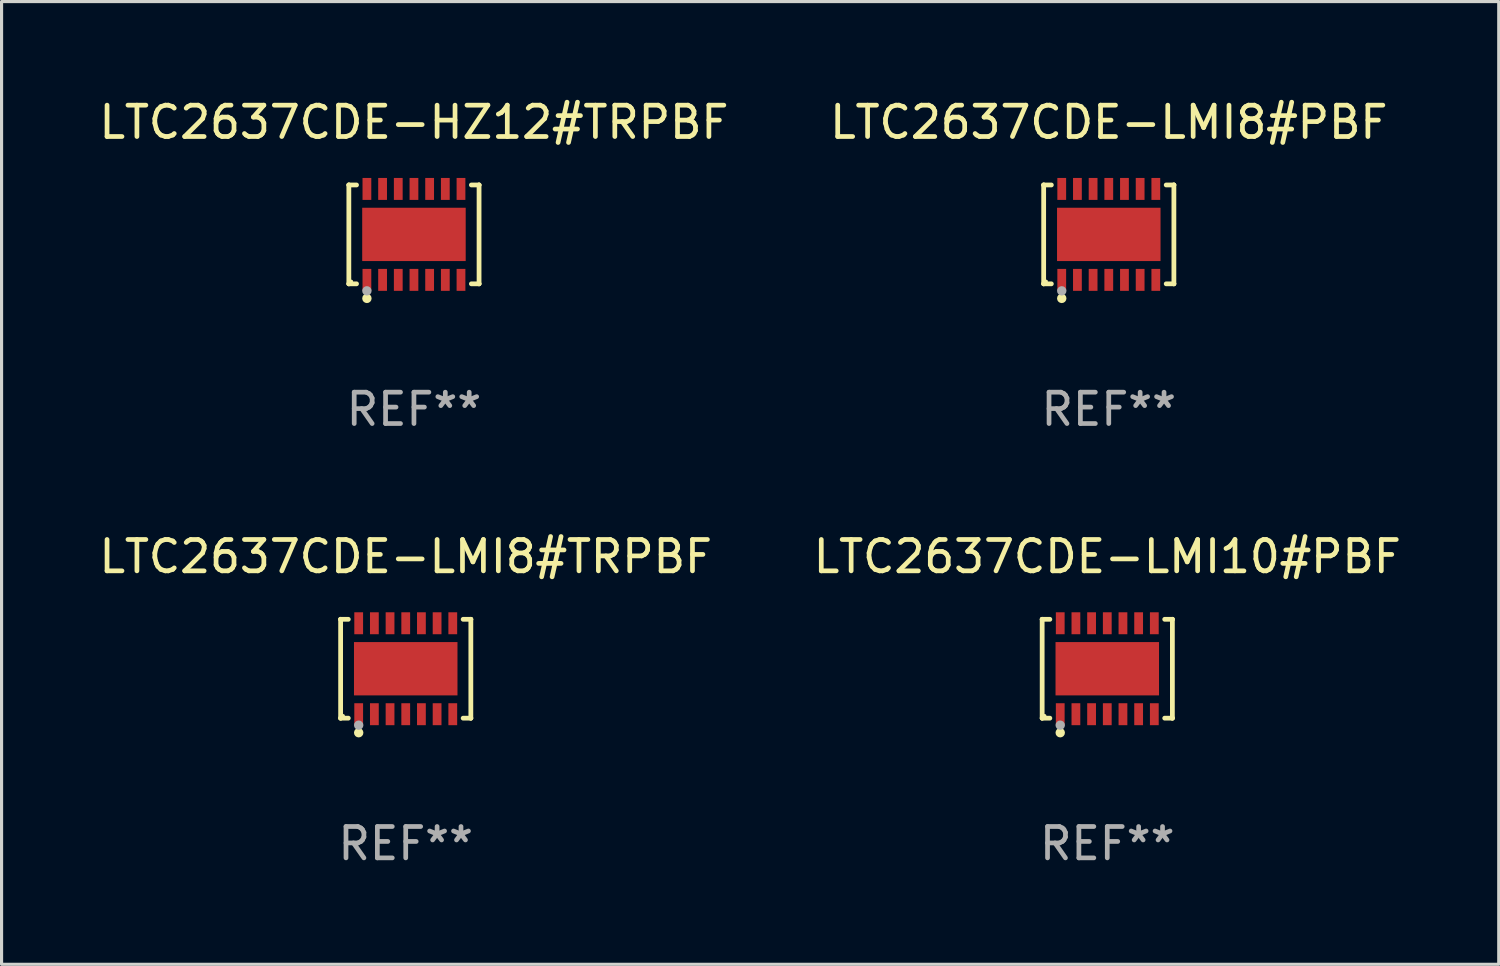
<source format=kicad_pcb>
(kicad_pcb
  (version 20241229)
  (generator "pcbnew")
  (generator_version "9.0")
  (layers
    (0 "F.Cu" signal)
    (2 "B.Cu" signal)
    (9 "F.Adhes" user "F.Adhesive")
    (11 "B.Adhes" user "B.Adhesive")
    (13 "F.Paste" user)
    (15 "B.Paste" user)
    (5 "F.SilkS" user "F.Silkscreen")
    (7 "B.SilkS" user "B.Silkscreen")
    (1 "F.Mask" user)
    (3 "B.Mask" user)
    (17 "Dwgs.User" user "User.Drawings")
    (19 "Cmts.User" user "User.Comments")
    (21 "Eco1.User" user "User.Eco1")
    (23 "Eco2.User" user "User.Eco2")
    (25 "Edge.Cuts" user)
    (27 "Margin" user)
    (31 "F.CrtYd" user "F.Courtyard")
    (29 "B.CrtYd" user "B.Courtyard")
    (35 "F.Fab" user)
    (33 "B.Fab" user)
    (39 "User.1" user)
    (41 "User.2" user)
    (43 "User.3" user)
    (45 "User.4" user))
  (footprint "LTC2637CDE-LMI8#TRPBF"
    (layer "F.Cu")
    (at 9.887 18.273)
    (property "Reference" "LTC2637CDE-LMI8#TRPBF" (at 0 -3.576 0) (layer "F.SilkS") (effects (font (size 1 1) (thickness 0.15))))
    (attr through_hole)
    (fp_line (start -2.076 -1.576) (end -2.076 -1.576) (stroke (width 0.152) (type solid)) (layer "F.SilkS"))
    (fp_line (start -2.076 -1.576) (end -1.831 -1.576) (stroke (width 0.152) (type solid)) (layer "F.SilkS"))
    (fp_line (start -2.076 1.576) (end -2.076 -1.576) (stroke (width 0.152) (type solid)) (layer "F.SilkS"))
    (fp_line (start -2.076 1.576) (end -2.076 1.576) (stroke (width 0.152) (type solid)) (layer "F.SilkS"))
    (fp_line (start -1.831 1.576) (end -2.076 1.576) (stroke (width 0.152) (type solid)) (layer "F.SilkS"))
    (fp_line (start 1.831 1.576) (end 2.076 1.576) (stroke (width 0.152) (type solid)) (layer "F.SilkS"))
    (fp_line (start 2.076 -1.576) (end 1.831 -1.576) (stroke (width 0.152) (type solid)) (layer "F.SilkS"))
    (fp_line (start 2.076 -1.576) (end 2.076 -1.576) (stroke (width 0.152) (type solid)) (layer "F.SilkS"))
    (fp_line (start 2.076 1.576) (end 2.076 -1.576) (stroke (width 0.152) (type solid)) (layer "F.SilkS"))
    (fp_line (start 2.076 1.576) (end 2.076 1.576) (stroke (width 0.152) (type solid)) (layer "F.SilkS"))
    (fp_circle (center -2 1.5) (end -1.97 1.5) (stroke (width 0.06) (type solid)) (fill no) (layer "F.SilkS"))
    (fp_circle (center -1.5 2.04) (end -1.425 2.04) (stroke (width 0.15) (type solid)) (fill no) (layer "F.SilkS"))
    (fp_circle (center -1.5 1.8) (end -1.425 1.8) (stroke (width 0.15) (type solid)) (fill no) (layer "F.Fab"))
    (fp_text user "REF**" (at 0 5.576 0) (layer "F.Fab") (effects (font (size 1 1) (thickness 0.15))))
    (pad "1" smd rect (at -1.5 1.45) (size 0.28 0.7) (layers "F.Cu" "F.Mask" "F.Paste"))
    (pad "2" smd rect (at -1 1.45) (size 0.28 0.7) (layers "F.Cu" "F.Mask" "F.Paste"))
    (pad "3" smd rect (at -0.5 1.45) (size 0.28 0.7) (layers "F.Cu" "F.Mask" "F.Paste"))
    (pad "4" smd rect (at 0 1.45) (size 0.28 0.7) (layers "F.Cu" "F.Mask" "F.Paste"))
    (pad "5" smd rect (at 0.5 1.45) (size 0.28 0.7) (layers "F.Cu" "F.Mask" "F.Paste"))
    (pad "6" smd rect (at 1 1.45) (size 0.28 0.7) (layers "F.Cu" "F.Mask" "F.Paste"))
    (pad "7" smd rect (at 1.5 1.45) (size 0.28 0.7) (layers "F.Cu" "F.Mask" "F.Paste"))
    (pad "8" smd rect (at 1.5 -1.45) (size 0.28 0.7) (layers "F.Cu" "F.Mask" "F.Paste"))
    (pad "9" smd rect (at 1 -1.45) (size 0.28 0.7) (layers "F.Cu" "F.Mask" "F.Paste"))
    (pad "10" smd rect (at 0.5 -1.45) (size 0.28 0.7) (layers "F.Cu" "F.Mask" "F.Paste"))
    (pad "11" smd rect (at 0 -1.45) (size 0.28 0.7) (layers "F.Cu" "F.Mask" "F.Paste"))
    (pad "12" smd rect (at -0.5 -1.45) (size 0.28 0.7) (layers "F.Cu" "F.Mask" "F.Paste"))
    (pad "13" smd rect (at -1 -1.45) (size 0.28 0.7) (layers "F.Cu" "F.Mask" "F.Paste"))
    (pad "14" smd rect (at -1.5 -1.45) (size 0.28 0.7) (layers "F.Cu" "F.Mask" "F.Paste"))
    (pad "15" smd rect (at 0 0) (size 3.3 1.7) (layers "F.Cu" "F.Mask" "F.Paste")))
  (footprint "LTC2637CDE-HZ12#TRPBF"
    (layer "F.Cu")
    (at 10.149 4.424)
    (property "Reference" "LTC2637CDE-HZ12#TRPBF" (at 0 -3.576 0) (layer "F.SilkS") (effects (font (size 1 1) (thickness 0.15))))
    (attr through_hole)
    (fp_line (start -2.076 -1.576) (end -2.076 -1.576) (stroke (width 0.152) (type solid)) (layer "F.SilkS"))
    (fp_line (start -2.076 -1.576) (end -1.831 -1.576) (stroke (width 0.152) (type solid)) (layer "F.SilkS"))
    (fp_line (start -2.076 1.576) (end -2.076 -1.576) (stroke (width 0.152) (type solid)) (layer "F.SilkS"))
    (fp_line (start -2.076 1.576) (end -2.076 1.576) (stroke (width 0.152) (type solid)) (layer "F.SilkS"))
    (fp_line (start -1.831 1.576) (end -2.076 1.576) (stroke (width 0.152) (type solid)) (layer "F.SilkS"))
    (fp_line (start 1.831 1.576) (end 2.076 1.576) (stroke (width 0.152) (type solid)) (layer "F.SilkS"))
    (fp_line (start 2.076 -1.576) (end 1.831 -1.576) (stroke (width 0.152) (type solid)) (layer "F.SilkS"))
    (fp_line (start 2.076 -1.576) (end 2.076 -1.576) (stroke (width 0.152) (type solid)) (layer "F.SilkS"))
    (fp_line (start 2.076 1.576) (end 2.076 -1.576) (stroke (width 0.152) (type solid)) (layer "F.SilkS"))
    (fp_line (start 2.076 1.576) (end 2.076 1.576) (stroke (width 0.152) (type solid)) (layer "F.SilkS"))
    (fp_circle (center -2 1.5) (end -1.97 1.5) (stroke (width 0.06) (type solid)) (fill no) (layer "F.SilkS"))
    (fp_circle (center -1.5 2.04) (end -1.425 2.04) (stroke (width 0.15) (type solid)) (fill no) (layer "F.SilkS"))
    (fp_circle (center -1.5 1.8) (end -1.425 1.8) (stroke (width 0.15) (type solid)) (fill no) (layer "F.Fab"))
    (fp_text user "REF**" (at 0 5.576 0) (layer "F.Fab") (effects (font (size 1 1) (thickness 0.15))))
    (pad "1" smd rect (at -1.5 1.45) (size 0.28 0.7) (layers "F.Cu" "F.Mask" "F.Paste"))
    (pad "2" smd rect (at -1 1.45) (size 0.28 0.7) (layers "F.Cu" "F.Mask" "F.Paste"))
    (pad "3" smd rect (at -0.5 1.45) (size 0.28 0.7) (layers "F.Cu" "F.Mask" "F.Paste"))
    (pad "4" smd rect (at 0 1.45) (size 0.28 0.7) (layers "F.Cu" "F.Mask" "F.Paste"))
    (pad "5" smd rect (at 0.5 1.45) (size 0.28 0.7) (layers "F.Cu" "F.Mask" "F.Paste"))
    (pad "6" smd rect (at 1 1.45) (size 0.28 0.7) (layers "F.Cu" "F.Mask" "F.Paste"))
    (pad "7" smd rect (at 1.5 1.45) (size 0.28 0.7) (layers "F.Cu" "F.Mask" "F.Paste"))
    (pad "8" smd rect (at 1.5 -1.45) (size 0.28 0.7) (layers "F.Cu" "F.Mask" "F.Paste"))
    (pad "9" smd rect (at 1 -1.45) (size 0.28 0.7) (layers "F.Cu" "F.Mask" "F.Paste"))
    (pad "10" smd rect (at 0.5 -1.45) (size 0.28 0.7) (layers "F.Cu" "F.Mask" "F.Paste"))
    (pad "11" smd rect (at 0 -1.45) (size 0.28 0.7) (layers "F.Cu" "F.Mask" "F.Paste"))
    (pad "12" smd rect (at -0.5 -1.45) (size 0.28 0.7) (layers "F.Cu" "F.Mask" "F.Paste"))
    (pad "13" smd rect (at -1 -1.45) (size 0.28 0.7) (layers "F.Cu" "F.Mask" "F.Paste"))
    (pad "14" smd rect (at -1.5 -1.45) (size 0.28 0.7) (layers "F.Cu" "F.Mask" "F.Paste"))
    (pad "15" smd rect (at 0 0) (size 3.3 1.7) (layers "F.Cu" "F.Mask" "F.Paste")))
  (footprint "LTC2637CDE-LMI8#PBF"
    (layer "F.Cu")
    (at 32.304 4.424)
    (property "Reference" "LTC2637CDE-LMI8#PBF" (at 0 -3.576 0) (layer "F.SilkS") (effects (font (size 1 1) (thickness 0.15))))
    (attr through_hole)
    (fp_line (start -2.076 -1.576) (end -2.076 -1.576) (stroke (width 0.152) (type solid)) (layer "F.SilkS"))
    (fp_line (start -2.076 -1.576) (end -1.831 -1.576) (stroke (width 0.152) (type solid)) (layer "F.SilkS"))
    (fp_line (start -2.076 1.576) (end -2.076 -1.576) (stroke (width 0.152) (type solid)) (layer "F.SilkS"))
    (fp_line (start -2.076 1.576) (end -2.076 1.576) (stroke (width 0.152) (type solid)) (layer "F.SilkS"))
    (fp_line (start -1.831 1.576) (end -2.076 1.576) (stroke (width 0.152) (type solid)) (layer "F.SilkS"))
    (fp_line (start 1.831 1.576) (end 2.076 1.576) (stroke (width 0.152) (type solid)) (layer "F.SilkS"))
    (fp_line (start 2.076 -1.576) (end 1.831 -1.576) (stroke (width 0.152) (type solid)) (layer "F.SilkS"))
    (fp_line (start 2.076 -1.576) (end 2.076 -1.576) (stroke (width 0.152) (type solid)) (layer "F.SilkS"))
    (fp_line (start 2.076 1.576) (end 2.076 -1.576) (stroke (width 0.152) (type solid)) (layer "F.SilkS"))
    (fp_line (start 2.076 1.576) (end 2.076 1.576) (stroke (width 0.152) (type solid)) (layer "F.SilkS"))
    (fp_circle (center -2 1.5) (end -1.97 1.5) (stroke (width 0.06) (type solid)) (fill no) (layer "F.SilkS"))
    (fp_circle (center -1.5 2.04) (end -1.425 2.04) (stroke (width 0.15) (type solid)) (fill no) (layer "F.SilkS"))
    (fp_circle (center -1.5 1.8) (end -1.425 1.8) (stroke (width 0.15) (type solid)) (fill no) (layer "F.Fab"))
    (fp_text user "REF**" (at 0 5.576 0) (layer "F.Fab") (effects (font (size 1 1) (thickness 0.15))))
    (pad "1" smd rect (at -1.5 1.45) (size 0.28 0.7) (layers "F.Cu" "F.Mask" "F.Paste"))
    (pad "2" smd rect (at -1 1.45) (size 0.28 0.7) (layers "F.Cu" "F.Mask" "F.Paste"))
    (pad "3" smd rect (at -0.5 1.45) (size 0.28 0.7) (layers "F.Cu" "F.Mask" "F.Paste"))
    (pad "4" smd rect (at 0 1.45) (size 0.28 0.7) (layers "F.Cu" "F.Mask" "F.Paste"))
    (pad "5" smd rect (at 0.5 1.45) (size 0.28 0.7) (layers "F.Cu" "F.Mask" "F.Paste"))
    (pad "6" smd rect (at 1 1.45) (size 0.28 0.7) (layers "F.Cu" "F.Mask" "F.Paste"))
    (pad "7" smd rect (at 1.5 1.45) (size 0.28 0.7) (layers "F.Cu" "F.Mask" "F.Paste"))
    (pad "8" smd rect (at 1.5 -1.45) (size 0.28 0.7) (layers "F.Cu" "F.Mask" "F.Paste"))
    (pad "9" smd rect (at 1 -1.45) (size 0.28 0.7) (layers "F.Cu" "F.Mask" "F.Paste"))
    (pad "10" smd rect (at 0.5 -1.45) (size 0.28 0.7) (layers "F.Cu" "F.Mask" "F.Paste"))
    (pad "11" smd rect (at 0 -1.45) (size 0.28 0.7) (layers "F.Cu" "F.Mask" "F.Paste"))
    (pad "12" smd rect (at -0.5 -1.45) (size 0.28 0.7) (layers "F.Cu" "F.Mask" "F.Paste"))
    (pad "13" smd rect (at -1 -1.45) (size 0.28 0.7) (layers "F.Cu" "F.Mask" "F.Paste"))
    (pad "14" smd rect (at -1.5 -1.45) (size 0.28 0.7) (layers "F.Cu" "F.Mask" "F.Paste"))
    (pad "15" smd rect (at 0 0) (size 3.3 1.7) (layers "F.Cu" "F.Mask" "F.Paste")))
  (footprint "LTC2637CDE-LMI10#PBF"
    (layer "F.Cu")
    (at 32.256 18.273)
    (property "Reference" "LTC2637CDE-LMI10#PBF" (at 0 -3.576 0) (layer "F.SilkS") (effects (font (size 1 1) (thickness 0.15))))
    (attr through_hole)
    (fp_line (start -2.076 -1.576) (end -2.076 -1.576) (stroke (width 0.152) (type solid)) (layer "F.SilkS"))
    (fp_line (start -2.076 -1.576) (end -1.831 -1.576) (stroke (width 0.152) (type solid)) (layer "F.SilkS"))
    (fp_line (start -2.076 1.576) (end -2.076 -1.576) (stroke (width 0.152) (type solid)) (layer "F.SilkS"))
    (fp_line (start -2.076 1.576) (end -2.076 1.576) (stroke (width 0.152) (type solid)) (layer "F.SilkS"))
    (fp_line (start -1.831 1.576) (end -2.076 1.576) (stroke (width 0.152) (type solid)) (layer "F.SilkS"))
    (fp_line (start 1.831 1.576) (end 2.076 1.576) (stroke (width 0.152) (type solid)) (layer "F.SilkS"))
    (fp_line (start 2.076 -1.576) (end 1.831 -1.576) (stroke (width 0.152) (type solid)) (layer "F.SilkS"))
    (fp_line (start 2.076 -1.576) (end 2.076 -1.576) (stroke (width 0.152) (type solid)) (layer "F.SilkS"))
    (fp_line (start 2.076 1.576) (end 2.076 -1.576) (stroke (width 0.152) (type solid)) (layer "F.SilkS"))
    (fp_line (start 2.076 1.576) (end 2.076 1.576) (stroke (width 0.152) (type solid)) (layer "F.SilkS"))
    (fp_circle (center -2 1.5) (end -1.97 1.5) (stroke (width 0.06) (type solid)) (fill no) (layer "F.SilkS"))
    (fp_circle (center -1.5 2.04) (end -1.425 2.04) (stroke (width 0.15) (type solid)) (fill no) (layer "F.SilkS"))
    (fp_circle (center -1.5 1.8) (end -1.425 1.8) (stroke (width 0.15) (type solid)) (fill no) (layer "F.Fab"))
    (fp_text user "REF**" (at 0 5.576 0) (layer "F.Fab") (effects (font (size 1 1) (thickness 0.15))))
    (pad "1" smd rect (at -1.5 1.45) (size 0.28 0.7) (layers "F.Cu" "F.Mask" "F.Paste"))
    (pad "2" smd rect (at -1 1.45) (size 0.28 0.7) (layers "F.Cu" "F.Mask" "F.Paste"))
    (pad "3" smd rect (at -0.5 1.45) (size 0.28 0.7) (layers "F.Cu" "F.Mask" "F.Paste"))
    (pad "4" smd rect (at 0 1.45) (size 0.28 0.7) (layers "F.Cu" "F.Mask" "F.Paste"))
    (pad "5" smd rect (at 0.5 1.45) (size 0.28 0.7) (layers "F.Cu" "F.Mask" "F.Paste"))
    (pad "6" smd rect (at 1 1.45) (size 0.28 0.7) (layers "F.Cu" "F.Mask" "F.Paste"))
    (pad "7" smd rect (at 1.5 1.45) (size 0.28 0.7) (layers "F.Cu" "F.Mask" "F.Paste"))
    (pad "8" smd rect (at 1.5 -1.45) (size 0.28 0.7) (layers "F.Cu" "F.Mask" "F.Paste"))
    (pad "9" smd rect (at 1 -1.45) (size 0.28 0.7) (layers "F.Cu" "F.Mask" "F.Paste"))
    (pad "10" smd rect (at 0.5 -1.45) (size 0.28 0.7) (layers "F.Cu" "F.Mask" "F.Paste"))
    (pad "11" smd rect (at 0 -1.45) (size 0.28 0.7) (layers "F.Cu" "F.Mask" "F.Paste"))
    (pad "12" smd rect (at -0.5 -1.45) (size 0.28 0.7) (layers "F.Cu" "F.Mask" "F.Paste"))
    (pad "13" smd rect (at -1 -1.45) (size 0.28 0.7) (layers "F.Cu" "F.Mask" "F.Paste"))
    (pad "14" smd rect (at -1.5 -1.45) (size 0.28 0.7) (layers "F.Cu" "F.Mask" "F.Paste"))
    (pad "15" smd rect (at 0 0) (size 3.3 1.7) (layers "F.Cu" "F.Mask" "F.Paste")))
  (gr_rect
    (start -3 -3)
    (end 44.738 27.698)
    (stroke (width 0.1) (type default))
    (fill no)
    (layer "Edge.Cuts")))
</source>
